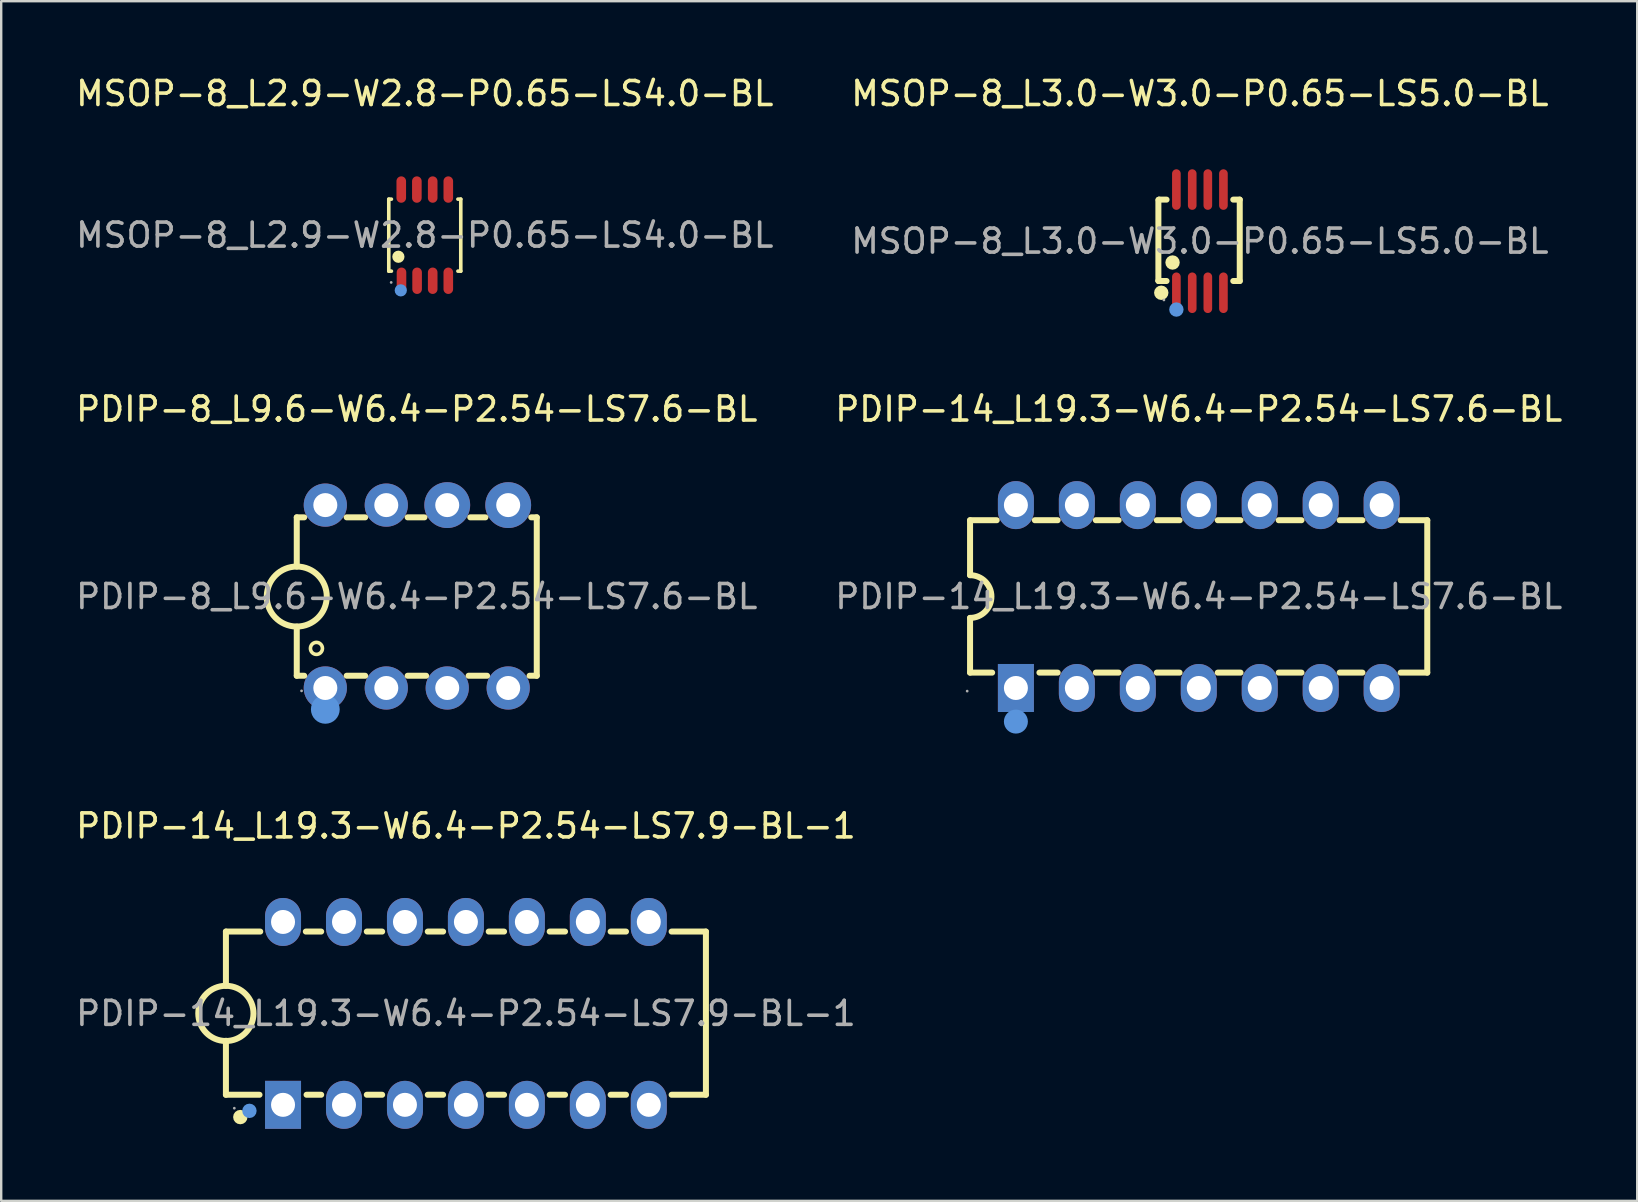
<source format=kicad_pcb>
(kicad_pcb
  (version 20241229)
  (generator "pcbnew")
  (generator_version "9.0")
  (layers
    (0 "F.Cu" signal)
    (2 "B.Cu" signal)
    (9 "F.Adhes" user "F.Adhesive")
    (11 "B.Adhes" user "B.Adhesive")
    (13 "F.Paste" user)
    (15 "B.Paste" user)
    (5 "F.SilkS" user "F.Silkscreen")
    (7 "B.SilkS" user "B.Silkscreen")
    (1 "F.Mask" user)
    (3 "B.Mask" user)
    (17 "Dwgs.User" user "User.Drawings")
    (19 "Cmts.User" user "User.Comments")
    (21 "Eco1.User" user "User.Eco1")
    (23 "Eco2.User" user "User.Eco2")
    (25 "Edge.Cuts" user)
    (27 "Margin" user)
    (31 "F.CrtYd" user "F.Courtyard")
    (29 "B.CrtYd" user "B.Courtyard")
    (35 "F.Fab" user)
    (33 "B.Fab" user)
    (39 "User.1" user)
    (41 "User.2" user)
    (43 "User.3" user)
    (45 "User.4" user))
  (footprint "MSOP-8_L3.0-W3.0-P0.65-LS5.0-BL"
    (layer "F.Cu")
    (at 46.946 6.998)
    (property "Reference" "MSOP-8_L3.0-W3.0-P0.65-LS5.0-BL" (at 0 -6.15 0) (layer "F.SilkS") (effects (font (size 1 1) (thickness 0.15))))
    (attr through_hole)
    (fp_line (start -1.73 -1.72) (end -1.73 1.65) (stroke (width 0.25) (type solid)) (layer "F.SilkS"))
    (fp_line (start -1.73 1.65) (end -1.72 1.66) (stroke (width 0.25) (type solid)) (layer "F.SilkS"))
    (fp_line (start -1.72 1.66) (end -1.39 1.66) (stroke (width 0.25) (type solid)) (layer "F.SilkS"))
    (fp_line (start -1.7 -1.73) (end -1.72 -1.71) (stroke (width 0.25) (type solid)) (layer "F.SilkS"))
    (fp_line (start -1.39 -1.73) (end -1.7 -1.73) (stroke (width 0.25) (type solid)) (layer "F.SilkS"))
    (fp_line (start 1.39 1.66) (end 1.66 1.66) (stroke (width 0.25) (type solid)) (layer "F.SilkS"))
    (fp_line (start 1.66 -1.73) (end 1.39 -1.73) (stroke (width 0.25) (type solid)) (layer "F.SilkS"))
    (fp_line (start 1.66 1.66) (end 1.66 -1.73) (stroke (width 0.25) (type solid)) (layer "F.SilkS"))
    (fp_circle (center -1.61 2.15) (end -1.46 2.15) (stroke (width 0.3) (type solid)) (fill no) (layer "F.SilkS"))
    (fp_circle (center -1.14 0.89) (end -0.99 0.89) (stroke (width 0.3) (type solid)) (fill no) (layer "F.SilkS"))
    (fp_circle (center -0.98 2.85) (end -0.83 2.85) (stroke (width 0.3) (type solid)) (fill no) (layer "Cmts.User"))
    (fp_circle (center -1.5 2.45) (end -1.47 2.45) (stroke (width 0.06) (type solid)) (fill no) (layer "F.Fab"))
    (fp_text user "${REFERENCE}" (at 0 0 0) (layer "F.Fab") (effects (font (size 1 1) (thickness 0.15))))
    (pad "1" smd oval (at -0.98 2.15) (size 0.36 1.69) (layers "F.Cu" "F.Mask" "F.Paste"))
    (pad "2" smd oval (at -0.32 2.15) (size 0.36 1.69) (layers "F.Cu" "F.Mask" "F.Paste"))
    (pad "3" smd oval (at 0.33 2.15) (size 0.36 1.69) (layers "F.Cu" "F.Mask" "F.Paste"))
    (pad "4" smd oval (at 0.98 2.15) (size 0.36 1.69) (layers "F.Cu" "F.Mask" "F.Paste"))
    (pad "5" smd oval (at 0.98 -2.15) (size 0.36 1.69) (layers "F.Cu" "F.Mask" "F.Paste"))
    (pad "6" smd oval (at 0.33 -2.15) (size 0.36 1.69) (layers "F.Cu" "F.Mask" "F.Paste"))
    (pad "7" smd oval (at -0.32 -2.15) (size 0.36 1.69) (layers "F.Cu" "F.Mask" "F.Paste"))
    (pad "8" smd oval (at -0.98 -2.15) (size 0.36 1.69) (layers "F.Cu" "F.Mask" "F.Paste")))
  (footprint "MSOP-8_L2.9-W2.8-P0.65-LS4.0-BL"
    (layer "F.Cu")
    (at 14.649 6.748)
    (property "Reference" "MSOP-8_L2.9-W2.8-P0.65-LS4.0-BL" (at 0 -5.9 0) (layer "F.SilkS") (effects (font (size 1 1) (thickness 0.15))))
    (attr through_hole)
    (fp_line (start -1.5 -1.5) (end -1.39 -1.5) (stroke (width 0.15) (type solid)) (layer "F.SilkS"))
    (fp_line (start -1.5 1.5) (end -1.5 -1.5) (stroke (width 0.15) (type solid)) (layer "F.SilkS"))
    (fp_line (start -1.39 1.5) (end -1.5 1.5) (stroke (width 0.15) (type solid)) (layer "F.SilkS"))
    (fp_line (start 1.38 -1.5) (end 1.5 -1.5) (stroke (width 0.15) (type solid)) (layer "F.SilkS"))
    (fp_line (start 1.5 -1.5) (end 1.5 1.5) (stroke (width 0.15) (type solid)) (layer "F.SilkS"))
    (fp_line (start 1.5 1.5) (end 1.38 1.5) (stroke (width 0.15) (type solid)) (layer "F.SilkS"))
    (fp_circle (center -1.1 0.9) (end -0.97 0.9) (stroke (width 0.25) (type solid)) (fill no) (layer "F.SilkS"))
    (fp_circle (center -1 2.3) (end -0.87 2.3) (stroke (width 0.25) (type solid)) (fill no) (layer "Cmts.User"))
    (fp_circle (center -1.4 1.97) (end -1.37 1.97) (stroke (width 0.06) (type solid)) (fill no) (layer "F.Fab"))
    (fp_text user "${REFERENCE}" (at 0 0 0) (layer "F.Fab") (effects (font (size 1 1) (thickness 0.15))))
    (pad "1" smd oval (at -0.97 1.9 270) (size 1.1 0.4) (layers "F.Cu" "F.Mask" "F.Paste"))
    (pad "2" smd oval (at -0.32 1.9 270) (size 1.1 0.4) (layers "F.Cu" "F.Mask" "F.Paste"))
    (pad "3" smd oval (at 0.33 1.9 270) (size 1.1 0.4) (layers "F.Cu" "F.Mask" "F.Paste"))
    (pad "4" smd oval (at 0.98 1.9 270) (size 1.1 0.4) (layers "F.Cu" "F.Mask" "F.Paste"))
    (pad "5" smd oval (at 0.98 -1.9 270) (size 1.1 0.4) (layers "F.Cu" "F.Mask" "F.Paste"))
    (pad "6" smd oval (at 0.33 -1.9 270) (size 1.1 0.4) (layers "F.Cu" "F.Mask" "F.Paste"))
    (pad "7" smd oval (at -0.33 -1.9 270) (size 1.1 0.4) (layers "F.Cu" "F.Mask" "F.Paste"))
    (pad "8" smd oval (at -0.98 -1.9 270) (size 1.1 0.4) (layers "F.Cu" "F.Mask" "F.Paste")))
  (footprint "PDIP-8_L9.6-W6.4-P2.54-LS7.6-BL"
    (layer "F.Cu")
    (at 14.315 21.806)
    (property "Reference" "PDIP-8_L9.6-W6.4-P2.54-LS7.6-BL" (at 0 -7.81 0) (layer "F.SilkS") (effects (font (size 1 1) (thickness 0.15))))
    (attr through_hole)
    (fp_line (start -5 -3.3) (end -5 -1.25) (stroke (width 0.25) (type solid)) (layer "F.SilkS"))
    (fp_line (start -5 -3.3) (end -4.69 -3.3) (stroke (width 0.25) (type solid)) (layer "F.SilkS"))
    (fp_line (start -5 3.3) (end -5 1.25) (stroke (width 0.25) (type solid)) (layer "F.SilkS"))
    (fp_line (start -5 3.3) (end -4.69 3.3) (stroke (width 0.25) (type solid)) (layer "F.SilkS"))
    (fp_line (start -2.92 -3.3) (end -2.15 -3.3) (stroke (width 0.25) (type solid)) (layer "F.SilkS"))
    (fp_line (start -2.92 3.3) (end -2.15 3.3) (stroke (width 0.25) (type solid)) (layer "F.SilkS"))
    (fp_line (start -0.38 -3.3) (end 0.32 -3.3) (stroke (width 0.25) (type solid)) (layer "F.SilkS"))
    (fp_line (start -0.38 3.3) (end 0.39 3.3) (stroke (width 0.25) (type solid)) (layer "F.SilkS"))
    (fp_line (start 2.16 3.3) (end 2.93 3.3) (stroke (width 0.25) (type solid)) (layer "F.SilkS"))
    (fp_line (start 2.23 -3.3) (end 2.86 -3.3) (stroke (width 0.25) (type solid)) (layer "F.SilkS"))
    (fp_line (start 4.7 3.3) (end 5 3.3) (stroke (width 0.25) (type solid)) (layer "F.SilkS"))
    (fp_line (start 4.77 -3.3) (end 5 -3.3) (stroke (width 0.25) (type solid)) (layer "F.SilkS"))
    (fp_line (start 5 -3.3) (end 5 3.3) (stroke (width 0.25) (type solid)) (layer "F.SilkS"))
    (fp_arc (start -5.021816 1.24981) (mid -4.989092 -1.249953) (end -5 1.25) (stroke (width 0.25) (type solid)) (layer "F.SilkS"))
    (fp_arc (start -3.93 2.17) (mid -4.43015 2.154998) (end -3.9298 2.160003) (stroke (width 0.15) (type solid)) (layer "F.SilkS"))
    (fp_circle (center -3.81 4.7) (end -3.51 4.7) (stroke (width 0.6) (type solid)) (fill no) (layer "Cmts.User"))
    (fp_circle (center -4.8 3.93) (end -4.77 3.93) (stroke (width 0.06) (type solid)) (fill no) (layer "F.Fab"))
    (fp_text user "${REFERENCE}" (at 0 0 0) (layer "F.Fab") (effects (font (size 1 1) (thickness 0.15))))
    (pad "1" thru_hole circle (at -3.81 3.81) (size 1.8 1.8) (drill 1) (layers "*.Cu" "*.Paste" "*.Mask"))
    (pad "2" thru_hole circle (at -1.27 3.81) (size 1.8 1.8) (drill 1) (layers "*.Cu" "*.Paste" "*.Mask"))
    (pad "3" thru_hole circle (at 1.27 3.81) (size 1.8 1.8) (drill 1) (layers "*.Cu" "*.Paste" "*.Mask"))
    (pad "4" thru_hole circle (at 3.81 3.81) (size 1.8 1.8) (drill 1) (layers "*.Cu" "*.Paste" "*.Mask"))
    (pad "5" thru_hole circle (at 3.81 -3.81) (size 1.91 1.91) (drill 1) (layers "*.Cu" "*.Paste" "*.Mask"))
    (pad "6" thru_hole circle (at 1.27 -3.81) (size 1.91 1.91) (drill 1) (layers "*.Cu" "*.Paste" "*.Mask"))
    (pad "7" thru_hole circle (at -1.27 -3.81) (size 1.8 1.8) (drill 1) (layers "*.Cu" "*.Paste" "*.Mask"))
    (pad "8" thru_hole circle (at -3.81 -3.81) (size 1.8 1.8) (drill 1) (layers "*.Cu" "*.Paste" "*.Mask")))
  (footprint "PDIP-14_L19.3-W6.4-P2.54-LS7.6-BL"
    (layer "F.Cu")
    (at 46.899 21.806)
    (property "Reference" "PDIP-14_L19.3-W6.4-P2.54-LS7.6-BL" (at 0 -7.81 0) (layer "F.SilkS") (effects (font (size 1 1) (thickness 0.15))))
    (attr through_hole)
    (fp_line (start -9.53 -3.18) (end -9.53 -0.89) (stroke (width 0.25) (type solid)) (layer "F.SilkS"))
    (fp_line (start -9.53 -3.18) (end -8.42 -3.18) (stroke (width 0.25) (type solid)) (layer "F.SilkS"))
    (fp_line (start -9.53 3.17) (end -9.53 0.89) (stroke (width 0.25) (type solid)) (layer "F.SilkS"))
    (fp_line (start -8.61 3.17) (end -9.53 3.17) (stroke (width 0.25) (type solid)) (layer "F.SilkS"))
    (fp_line (start -6.83 -3.18) (end -5.88 -3.18) (stroke (width 0.25) (type solid)) (layer "F.SilkS"))
    (fp_line (start -5.88 3.17) (end -6.64 3.17) (stroke (width 0.25) (type solid)) (layer "F.SilkS"))
    (fp_line (start -4.29 -3.18) (end -3.34 -3.18) (stroke (width 0.25) (type solid)) (layer "F.SilkS"))
    (fp_line (start -3.34 3.17) (end -4.29 3.17) (stroke (width 0.25) (type solid)) (layer "F.SilkS"))
    (fp_line (start -1.75 -3.18) (end -0.8 -3.18) (stroke (width 0.25) (type solid)) (layer "F.SilkS"))
    (fp_line (start -0.8 3.17) (end -1.75 3.17) (stroke (width 0.25) (type solid)) (layer "F.SilkS"))
    (fp_line (start 0.79 -3.18) (end 1.74 -3.18) (stroke (width 0.25) (type solid)) (layer "F.SilkS"))
    (fp_line (start 1.74 3.17) (end 0.79 3.17) (stroke (width 0.25) (type solid)) (layer "F.SilkS"))
    (fp_line (start 3.33 -3.18) (end 4.28 -3.18) (stroke (width 0.25) (type solid)) (layer "F.SilkS"))
    (fp_line (start 4.28 3.17) (end 3.33 3.17) (stroke (width 0.25) (type solid)) (layer "F.SilkS"))
    (fp_line (start 5.87 -3.18) (end 6.82 -3.18) (stroke (width 0.25) (type solid)) (layer "F.SilkS"))
    (fp_line (start 6.82 3.17) (end 5.87 3.17) (stroke (width 0.25) (type solid)) (layer "F.SilkS"))
    (fp_line (start 8.41 -3.18) (end 9.52 -3.18) (stroke (width 0.25) (type solid)) (layer "F.SilkS"))
    (fp_line (start 9.52 -3.18) (end 9.52 3.17) (stroke (width 0.25) (type solid)) (layer "F.SilkS"))
    (fp_line (start 9.52 3.17) (end 8.41 3.17) (stroke (width 0.25) (type solid)) (layer "F.SilkS"))
    (fp_arc (start -9.53 -0.89) (mid -8.64 0) (end -9.53 0.89) (stroke (width 0.25) (type solid)) (layer "F.SilkS"))
    (fp_circle (center -7.62 5.21) (end -7.37 5.21) (stroke (width 0.5) (type solid)) (fill no) (layer "Cmts.User"))
    (fp_circle (center -9.65 3.94) (end -9.62 3.94) (stroke (width 0.06) (type solid)) (fill no) (layer "F.Fab"))
    (fp_text user "${REFERENCE}" (at 0 0 0) (layer "F.Fab") (effects (font (size 1 1) (thickness 0.15))))
    (pad "1" thru_hole rect (at -7.62 3.81) (size 1.5 2) (drill 1) (layers "*.Cu" "*.Paste" "*.Mask"))
    (pad "2" thru_hole oval (at -5.08 3.81) (size 1.5 2) (drill 1) (layers "*.Cu" "*.Paste" "*.Mask"))
    (pad "3" thru_hole oval (at -2.54 3.81) (size 1.5 2) (drill 1) (layers "*.Cu" "*.Paste" "*.Mask"))
    (pad "4" thru_hole oval (at 0 3.81) (size 1.5 2) (drill 1) (layers "*.Cu" "*.Paste" "*.Mask"))
    (pad "5" thru_hole oval (at 2.54 3.81) (size 1.5 2) (drill 1) (layers "*.Cu" "*.Paste" "*.Mask"))
    (pad "6" thru_hole oval (at 5.08 3.81) (size 1.5 2) (drill 1) (layers "*.Cu" "*.Paste" "*.Mask"))
    (pad "7" thru_hole oval (at 7.62 3.81) (size 1.5 2) (drill 1) (layers "*.Cu" "*.Paste" "*.Mask"))
    (pad "8" thru_hole oval (at 7.62 -3.81) (size 1.5 2) (drill 1) (layers "*.Cu" "*.Paste" "*.Mask"))
    (pad "9" thru_hole oval (at 5.08 -3.81) (size 1.5 2) (drill 1) (layers "*.Cu" "*.Paste" "*.Mask"))
    (pad "10" thru_hole oval (at 2.54 -3.81) (size 1.5 2) (drill 1) (layers "*.Cu" "*.Paste" "*.Mask"))
    (pad "11" thru_hole oval (at 0 -3.81) (size 1.5 2) (drill 1) (layers "*.Cu" "*.Paste" "*.Mask"))
    (pad "12" thru_hole oval (at -2.54 -3.81) (size 1.5 2) (drill 1) (layers "*.Cu" "*.Paste" "*.Mask"))
    (pad "13" thru_hole oval (at -5.08 -3.81) (size 1.5 2) (drill 1) (layers "*.Cu" "*.Paste" "*.Mask"))
    (pad "14" thru_hole oval (at -7.62 -3.81) (size 1.5 2) (drill 1) (layers "*.Cu" "*.Paste" "*.Mask")))
  (footprint "PDIP-14_L19.3-W6.4-P2.54-LS7.9-BL-1"
    (layer "F.Cu")
    (at 16.363 39.175)
    (property "Reference" "PDIP-14_L19.3-W6.4-P2.54-LS7.9-BL-1" (at 0 -7.81 0) (layer "F.SilkS") (effects (font (size 1 1) (thickness 0.15))))
    (attr through_hole)
    (fp_line (start -10 -3.41) (end -10 -1.15) (stroke (width 0.25) (type solid)) (layer "F.SilkS"))
    (fp_line (start -10 -3.41) (end -8.57 -3.41) (stroke (width 0.25) (type solid)) (layer "F.SilkS"))
    (fp_line (start -10 3.39) (end -10 1.14) (stroke (width 0.25) (type solid)) (layer "F.SilkS"))
    (fp_line (start -10 3.39) (end -8.6 3.39) (stroke (width 0.25) (type solid)) (layer "F.SilkS"))
    (fp_line (start -6.67 -3.41) (end -6.03 -3.41) (stroke (width 0.25) (type solid)) (layer "F.SilkS"))
    (fp_line (start -6.64 3.39) (end -6.03 3.39) (stroke (width 0.25) (type solid)) (layer "F.SilkS"))
    (fp_line (start -4.13 -3.41) (end -3.49 -3.41) (stroke (width 0.25) (type solid)) (layer "F.SilkS"))
    (fp_line (start -4.13 3.39) (end -3.49 3.39) (stroke (width 0.25) (type solid)) (layer "F.SilkS"))
    (fp_line (start -1.59 -3.41) (end -0.95 -3.41) (stroke (width 0.25) (type solid)) (layer "F.SilkS"))
    (fp_line (start -1.59 3.39) (end -0.95 3.39) (stroke (width 0.25) (type solid)) (layer "F.SilkS"))
    (fp_line (start 0.95 -3.41) (end 1.59 -3.41) (stroke (width 0.25) (type solid)) (layer "F.SilkS"))
    (fp_line (start 0.95 3.39) (end 1.59 3.39) (stroke (width 0.25) (type solid)) (layer "F.SilkS"))
    (fp_line (start 3.49 -3.41) (end 4.13 -3.41) (stroke (width 0.25) (type solid)) (layer "F.SilkS"))
    (fp_line (start 3.49 3.39) (end 4.13 3.39) (stroke (width 0.25) (type solid)) (layer "F.SilkS"))
    (fp_line (start 6.03 -3.41) (end 6.67 -3.41) (stroke (width 0.25) (type solid)) (layer "F.SilkS"))
    (fp_line (start 6.03 3.39) (end 6.67 3.39) (stroke (width 0.25) (type solid)) (layer "F.SilkS"))
    (fp_line (start 8.57 -3.41) (end 10 -3.41) (stroke (width 0.25) (type solid)) (layer "F.SilkS"))
    (fp_line (start 8.57 3.39) (end 10 3.39) (stroke (width 0.25) (type solid)) (layer "F.SilkS"))
    (fp_line (start 10 -3.41) (end 10 3.39) (stroke (width 0.25) (type solid)) (layer "F.SilkS"))
    (fp_arc (start -9.97993 -1.149825) (mid -10.010035 1.149956) (end -10 -1.15) (stroke (width 0.25) (type solid)) (layer "F.SilkS"))
    (fp_circle (center -9.4 4.32) (end -9.25 4.32) (stroke (width 0.3) (type solid)) (fill no) (layer "F.SilkS"))
    (fp_circle (center -9.02 4.06) (end -8.87 4.06) (stroke (width 0.3) (type solid)) (fill no) (layer "Cmts.User"))
    (fp_circle (center -9.65 3.95) (end -9.62 3.95) (stroke (width 0.06) (type solid)) (fill no) (layer "F.Fab"))
    (fp_text user "${REFERENCE}" (at 0 0 0) (layer "F.Fab") (effects (font (size 1 1) (thickness 0.15))))
    (pad "1" thru_hole rect (at -7.62 3.81 90) (size 2 1.5) (drill 1) (layers "*.Cu" "*.Paste" "*.Mask"))
    (pad "2" thru_hole oval (at -5.08 3.81 90) (size 2 1.5) (drill 1) (layers "*.Cu" "*.Paste" "*.Mask"))
    (pad "3" thru_hole oval (at -2.54 3.81 90) (size 2 1.5) (drill 1) (layers "*.Cu" "*.Paste" "*.Mask"))
    (pad "4" thru_hole oval (at 0 3.81 90) (size 2 1.5) (drill 1) (layers "*.Cu" "*.Paste" "*.Mask"))
    (pad "5" thru_hole oval (at 2.54 3.81 90) (size 2 1.5) (drill 1) (layers "*.Cu" "*.Paste" "*.Mask"))
    (pad "6" thru_hole oval (at 5.08 3.81 90) (size 2 1.5) (drill 1) (layers "*.Cu" "*.Paste" "*.Mask"))
    (pad "7" thru_hole oval (at 7.62 3.81 90) (size 2 1.5) (drill 1) (layers "*.Cu" "*.Paste" "*.Mask"))
    (pad "8" thru_hole oval (at 7.62 -3.81 90) (size 2 1.5) (drill 1) (layers "*.Cu" "*.Paste" "*.Mask"))
    (pad "9" thru_hole oval (at 5.08 -3.81 90) (size 2 1.5) (drill 1) (layers "*.Cu" "*.Paste" "*.Mask"))
    (pad "10" thru_hole oval (at 2.54 -3.81 90) (size 2 1.5) (drill 1) (layers "*.Cu" "*.Paste" "*.Mask"))
    (pad "11" thru_hole oval (at 0 -3.81 90) (size 2 1.5) (drill 1) (layers "*.Cu" "*.Paste" "*.Mask"))
    (pad "12" thru_hole oval (at -2.54 -3.81 90) (size 2 1.5) (drill 1) (layers "*.Cu" "*.Paste" "*.Mask"))
    (pad "13" thru_hole oval (at -5.08 -3.81 90) (size 2 1.5) (drill 1) (layers "*.Cu" "*.Paste" "*.Mask"))
    (pad "14" thru_hole oval (at -7.62 -3.81 90) (size 2 1.5) (drill 1) (layers "*.Cu" "*.Paste" "*.Mask")))
  (gr_rect
    (start -3 -3)
    (end 65.167 46.985)
    (stroke (width 0.1) (type default))
    (fill no)
    (layer "Edge.Cuts")))
</source>
